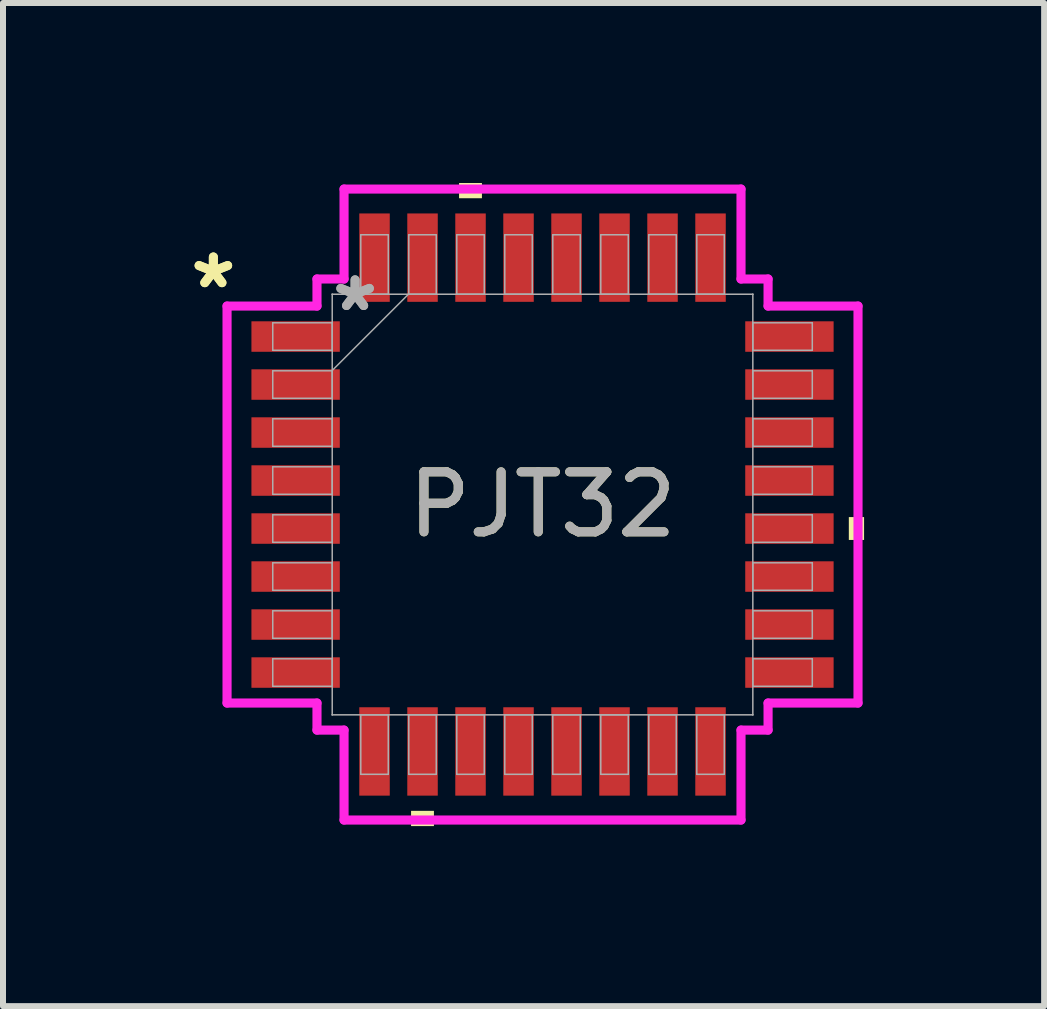
<source format=kicad_pcb>
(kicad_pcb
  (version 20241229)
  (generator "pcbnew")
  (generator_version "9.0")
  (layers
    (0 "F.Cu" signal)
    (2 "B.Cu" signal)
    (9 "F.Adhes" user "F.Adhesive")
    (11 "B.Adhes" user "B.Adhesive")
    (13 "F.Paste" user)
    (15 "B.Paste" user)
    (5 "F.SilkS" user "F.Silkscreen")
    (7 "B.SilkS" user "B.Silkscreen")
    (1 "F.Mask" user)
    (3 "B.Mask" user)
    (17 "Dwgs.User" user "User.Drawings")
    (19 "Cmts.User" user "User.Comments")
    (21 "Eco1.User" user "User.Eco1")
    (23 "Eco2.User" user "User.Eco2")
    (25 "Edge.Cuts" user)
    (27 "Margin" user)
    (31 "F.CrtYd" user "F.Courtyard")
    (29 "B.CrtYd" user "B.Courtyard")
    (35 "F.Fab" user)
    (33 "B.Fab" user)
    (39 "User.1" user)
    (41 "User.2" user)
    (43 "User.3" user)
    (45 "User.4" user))
  (footprint "PJT32"
    (layer "F.Cu")
    (at 5.992 5.359)
    (property "Reference" "PJT32" (at 0 0 0) (unlocked yes) (layer "F.SilkS") (effects (font (size 1 1) (thickness 0.15))))
    (attr smd)
    (fp_poly (pts (xy -2.191 5.105) (xy -2.191 5.359) (xy -1.81 5.359) (xy -1.81 5.105)) (stroke (width 0) (type solid)) (fill yes) (layer "F.SilkS"))
    (fp_poly (pts (xy -1.391 -5.105) (xy -1.391 -5.359) (xy -1.01 -5.359) (xy -1.01 -5.105)) (stroke (width 0) (type solid)) (fill yes) (layer "F.SilkS"))
    (fp_poly (pts (xy 5.359 0.209) (xy 5.359 0.59) (xy 5.105 0.59) (xy 5.105 0.209)) (stroke (width 0) (type solid)) (fill yes) (layer "F.SilkS"))
    (fp_line (start -5.258 -3.308) (end -3.759 -3.308) (stroke (width 0.152) (type solid)) (layer "F.CrtYd"))
    (fp_line (start -5.258 3.308) (end -5.258 -3.308) (stroke (width 0.152) (type solid)) (layer "F.CrtYd"))
    (fp_line (start -3.759 -3.759) (end -3.308 -3.759) (stroke (width 0.152) (type solid)) (layer "F.CrtYd"))
    (fp_line (start -3.759 -3.308) (end -3.759 -3.759) (stroke (width 0.152) (type solid)) (layer "F.CrtYd"))
    (fp_line (start -3.759 3.308) (end -5.258 3.308) (stroke (width 0.152) (type solid)) (layer "F.CrtYd"))
    (fp_line (start -3.759 3.759) (end -3.759 3.308) (stroke (width 0.152) (type solid)) (layer "F.CrtYd"))
    (fp_line (start -3.308 -5.258) (end 3.308 -5.258) (stroke (width 0.152) (type solid)) (layer "F.CrtYd"))
    (fp_line (start -3.308 -3.759) (end -3.308 -5.258) (stroke (width 0.152) (type solid)) (layer "F.CrtYd"))
    (fp_line (start -3.308 3.759) (end -3.759 3.759) (stroke (width 0.152) (type solid)) (layer "F.CrtYd"))
    (fp_line (start -3.308 5.258) (end -3.308 3.759) (stroke (width 0.152) (type solid)) (layer "F.CrtYd"))
    (fp_line (start 3.308 -5.258) (end 3.308 -3.759) (stroke (width 0.152) (type solid)) (layer "F.CrtYd"))
    (fp_line (start 3.308 -3.759) (end 3.759 -3.759) (stroke (width 0.152) (type solid)) (layer "F.CrtYd"))
    (fp_line (start 3.308 3.759) (end 3.308 5.258) (stroke (width 0.152) (type solid)) (layer "F.CrtYd"))
    (fp_line (start 3.308 5.258) (end -3.308 5.258) (stroke (width 0.152) (type solid)) (layer "F.CrtYd"))
    (fp_line (start 3.759 -3.308) (end 3.759 -3.759) (stroke (width 0.152) (type solid)) (layer "F.CrtYd"))
    (fp_line (start 3.759 3.308) (end 5.258 3.308) (stroke (width 0.152) (type solid)) (layer "F.CrtYd"))
    (fp_line (start 3.759 3.759) (end 3.308 3.759) (stroke (width 0.152) (type solid)) (layer "F.CrtYd"))
    (fp_line (start 3.759 3.759) (end 3.759 3.308) (stroke (width 0.152) (type solid)) (layer "F.CrtYd"))
    (fp_line (start 5.258 -3.308) (end 3.759 -3.308) (stroke (width 0.152) (type solid)) (layer "F.CrtYd"))
    (fp_line (start 5.258 3.308) (end 5.258 -3.308) (stroke (width 0.152) (type solid)) (layer "F.CrtYd"))
    (fp_line (start -4.496 -3.029) (end -4.496 -2.571) (stroke (width 0.025) (type solid)) (layer "F.Fab"))
    (fp_line (start -4.496 -2.571) (end -3.505 -2.571) (stroke (width 0.025) (type solid)) (layer "F.Fab"))
    (fp_line (start -4.496 -2.229) (end -4.496 -1.771) (stroke (width 0.025) (type solid)) (layer "F.Fab"))
    (fp_line (start -4.496 -1.771) (end -3.505 -1.771) (stroke (width 0.025) (type solid)) (layer "F.Fab"))
    (fp_line (start -4.496 -1.429) (end -4.496 -0.971) (stroke (width 0.025) (type solid)) (layer "F.Fab"))
    (fp_line (start -4.496 -0.971) (end -3.505 -0.971) (stroke (width 0.025) (type solid)) (layer "F.Fab"))
    (fp_line (start -4.496 -0.629) (end -4.496 -0.171) (stroke (width 0.025) (type solid)) (layer "F.Fab"))
    (fp_line (start -4.496 -0.171) (end -3.505 -0.171) (stroke (width 0.025) (type solid)) (layer "F.Fab"))
    (fp_line (start -4.496 0.171) (end -4.496 0.629) (stroke (width 0.025) (type solid)) (layer "F.Fab"))
    (fp_line (start -4.496 0.629) (end -3.505 0.629) (stroke (width 0.025) (type solid)) (layer "F.Fab"))
    (fp_line (start -4.496 0.971) (end -4.496 1.429) (stroke (width 0.025) (type solid)) (layer "F.Fab"))
    (fp_line (start -4.496 1.429) (end -3.505 1.429) (stroke (width 0.025) (type solid)) (layer "F.Fab"))
    (fp_line (start -4.496 1.771) (end -4.496 2.229) (stroke (width 0.025) (type solid)) (layer "F.Fab"))
    (fp_line (start -4.496 2.229) (end -3.505 2.229) (stroke (width 0.025) (type solid)) (layer "F.Fab"))
    (fp_line (start -4.496 2.571) (end -4.496 3.029) (stroke (width 0.025) (type solid)) (layer "F.Fab"))
    (fp_line (start -4.496 3.029) (end -3.505 3.029) (stroke (width 0.025) (type solid)) (layer "F.Fab"))
    (fp_line (start -3.505 -3.505) (end -3.505 -3.505) (stroke (width 0.025) (type solid)) (layer "F.Fab"))
    (fp_line (start -3.505 -3.505) (end -3.505 3.505) (stroke (width 0.025) (type solid)) (layer "F.Fab"))
    (fp_line (start -3.505 -3.029) (end -4.496 -3.029) (stroke (width 0.025) (type solid)) (layer "F.Fab"))
    (fp_line (start -3.505 -2.571) (end -3.505 -3.029) (stroke (width 0.025) (type solid)) (layer "F.Fab"))
    (fp_line (start -3.505 -2.235) (end -2.235 -3.505) (stroke (width 0.025) (type solid)) (layer "F.Fab"))
    (fp_line (start -3.505 -2.229) (end -4.496 -2.229) (stroke (width 0.025) (type solid)) (layer "F.Fab"))
    (fp_line (start -3.505 -1.771) (end -3.505 -2.229) (stroke (width 0.025) (type solid)) (layer "F.Fab"))
    (fp_line (start -3.505 -1.429) (end -4.496 -1.429) (stroke (width 0.025) (type solid)) (layer "F.Fab"))
    (fp_line (start -3.505 -0.971) (end -3.505 -1.429) (stroke (width 0.025) (type solid)) (layer "F.Fab"))
    (fp_line (start -3.505 -0.629) (end -4.496 -0.629) (stroke (width 0.025) (type solid)) (layer "F.Fab"))
    (fp_line (start -3.505 -0.171) (end -3.505 -0.629) (stroke (width 0.025) (type solid)) (layer "F.Fab"))
    (fp_line (start -3.505 0.171) (end -4.496 0.171) (stroke (width 0.025) (type solid)) (layer "F.Fab"))
    (fp_line (start -3.505 0.629) (end -3.505 0.171) (stroke (width 0.025) (type solid)) (layer "F.Fab"))
    (fp_line (start -3.505 0.971) (end -4.496 0.971) (stroke (width 0.025) (type solid)) (layer "F.Fab"))
    (fp_line (start -3.505 1.429) (end -3.505 0.971) (stroke (width 0.025) (type solid)) (layer "F.Fab"))
    (fp_line (start -3.505 1.771) (end -4.496 1.771) (stroke (width 0.025) (type solid)) (layer "F.Fab"))
    (fp_line (start -3.505 2.229) (end -3.505 1.771) (stroke (width 0.025) (type solid)) (layer "F.Fab"))
    (fp_line (start -3.505 2.571) (end -4.496 2.571) (stroke (width 0.025) (type solid)) (layer "F.Fab"))
    (fp_line (start -3.505 3.029) (end -3.505 2.571) (stroke (width 0.025) (type solid)) (layer "F.Fab"))
    (fp_line (start -3.505 3.505) (end -3.505 3.505) (stroke (width 0.025) (type solid)) (layer "F.Fab"))
    (fp_line (start -3.505 3.505) (end 3.505 3.505) (stroke (width 0.025) (type solid)) (layer "F.Fab"))
    (fp_line (start -3.029 -4.496) (end -3.029 -3.505) (stroke (width 0.025) (type solid)) (layer "F.Fab"))
    (fp_line (start -3.029 -3.505) (end -2.571 -3.505) (stroke (width 0.025) (type solid)) (layer "F.Fab"))
    (fp_line (start -3.029 3.505) (end -3.029 4.496) (stroke (width 0.025) (type solid)) (layer "F.Fab"))
    (fp_line (start -3.029 4.496) (end -2.571 4.496) (stroke (width 0.025) (type solid)) (layer "F.Fab"))
    (fp_line (start -2.571 -4.496) (end -3.029 -4.496) (stroke (width 0.025) (type solid)) (layer "F.Fab"))
    (fp_line (start -2.571 -3.505) (end -2.571 -4.496) (stroke (width 0.025) (type solid)) (layer "F.Fab"))
    (fp_line (start -2.571 3.505) (end -3.029 3.505) (stroke (width 0.025) (type solid)) (layer "F.Fab"))
    (fp_line (start -2.571 4.496) (end -2.571 3.505) (stroke (width 0.025) (type solid)) (layer "F.Fab"))
    (fp_line (start -2.229 -4.496) (end -2.229 -3.505) (stroke (width 0.025) (type solid)) (layer "F.Fab"))
    (fp_line (start -2.229 -3.505) (end -1.771 -3.505) (stroke (width 0.025) (type solid)) (layer "F.Fab"))
    (fp_line (start -2.229 3.505) (end -2.229 4.496) (stroke (width 0.025) (type solid)) (layer "F.Fab"))
    (fp_line (start -2.229 4.496) (end -1.771 4.496) (stroke (width 0.025) (type solid)) (layer "F.Fab"))
    (fp_line (start -1.771 -4.496) (end -2.229 -4.496) (stroke (width 0.025) (type solid)) (layer "F.Fab"))
    (fp_line (start -1.771 -3.505) (end -1.771 -4.496) (stroke (width 0.025) (type solid)) (layer "F.Fab"))
    (fp_line (start -1.771 3.505) (end -2.229 3.505) (stroke (width 0.025) (type solid)) (layer "F.Fab"))
    (fp_line (start -1.771 4.496) (end -1.771 3.505) (stroke (width 0.025) (type solid)) (layer "F.Fab"))
    (fp_line (start -1.429 -4.496) (end -1.429 -3.505) (stroke (width 0.025) (type solid)) (layer "F.Fab"))
    (fp_line (start -1.429 -3.505) (end -0.971 -3.505) (stroke (width 0.025) (type solid)) (layer "F.Fab"))
    (fp_line (start -1.429 3.505) (end -1.429 4.496) (stroke (width 0.025) (type solid)) (layer "F.Fab"))
    (fp_line (start -1.429 4.496) (end -0.971 4.496) (stroke (width 0.025) (type solid)) (layer "F.Fab"))
    (fp_line (start -0.971 -4.496) (end -1.429 -4.496) (stroke (width 0.025) (type solid)) (layer "F.Fab"))
    (fp_line (start -0.971 -3.505) (end -0.971 -4.496) (stroke (width 0.025) (type solid)) (layer "F.Fab"))
    (fp_line (start -0.971 3.505) (end -1.429 3.505) (stroke (width 0.025) (type solid)) (layer "F.Fab"))
    (fp_line (start -0.971 4.496) (end -0.971 3.505) (stroke (width 0.025) (type solid)) (layer "F.Fab"))
    (fp_line (start -0.629 -4.496) (end -0.629 -3.505) (stroke (width 0.025) (type solid)) (layer "F.Fab"))
    (fp_line (start -0.629 -3.505) (end -0.171 -3.505) (stroke (width 0.025) (type solid)) (layer "F.Fab"))
    (fp_line (start -0.629 3.505) (end -0.629 4.496) (stroke (width 0.025) (type solid)) (layer "F.Fab"))
    (fp_line (start -0.629 4.496) (end -0.171 4.496) (stroke (width 0.025) (type solid)) (layer "F.Fab"))
    (fp_line (start -0.171 -4.496) (end -0.629 -4.496) (stroke (width 0.025) (type solid)) (layer "F.Fab"))
    (fp_line (start -0.171 -3.505) (end -0.171 -4.496) (stroke (width 0.025) (type solid)) (layer "F.Fab"))
    (fp_line (start -0.171 3.505) (end -0.629 3.505) (stroke (width 0.025) (type solid)) (layer "F.Fab"))
    (fp_line (start -0.171 4.496) (end -0.171 3.505) (stroke (width 0.025) (type solid)) (layer "F.Fab"))
    (fp_line (start 0.171 -4.496) (end 0.171 -3.505) (stroke (width 0.025) (type solid)) (layer "F.Fab"))
    (fp_line (start 0.171 -3.505) (end 0.629 -3.505) (stroke (width 0.025) (type solid)) (layer "F.Fab"))
    (fp_line (start 0.171 3.505) (end 0.171 4.496) (stroke (width 0.025) (type solid)) (layer "F.Fab"))
    (fp_line (start 0.171 4.496) (end 0.629 4.496) (stroke (width 0.025) (type solid)) (layer "F.Fab"))
    (fp_line (start 0.629 -4.496) (end 0.171 -4.496) (stroke (width 0.025) (type solid)) (layer "F.Fab"))
    (fp_line (start 0.629 -3.505) (end 0.629 -4.496) (stroke (width 0.025) (type solid)) (layer "F.Fab"))
    (fp_line (start 0.629 3.505) (end 0.171 3.505) (stroke (width 0.025) (type solid)) (layer "F.Fab"))
    (fp_line (start 0.629 4.496) (end 0.629 3.505) (stroke (width 0.025) (type solid)) (layer "F.Fab"))
    (fp_line (start 0.971 -4.496) (end 0.971 -3.505) (stroke (width 0.025) (type solid)) (layer "F.Fab"))
    (fp_line (start 0.971 -3.505) (end 1.429 -3.505) (stroke (width 0.025) (type solid)) (layer "F.Fab"))
    (fp_line (start 0.971 3.505) (end 0.971 4.496) (stroke (width 0.025) (type solid)) (layer "F.Fab"))
    (fp_line (start 0.971 4.496) (end 1.429 4.496) (stroke (width 0.025) (type solid)) (layer "F.Fab"))
    (fp_line (start 1.429 -4.496) (end 0.971 -4.496) (stroke (width 0.025) (type solid)) (layer "F.Fab"))
    (fp_line (start 1.429 -3.505) (end 1.429 -4.496) (stroke (width 0.025) (type solid)) (layer "F.Fab"))
    (fp_line (start 1.429 3.505) (end 0.971 3.505) (stroke (width 0.025) (type solid)) (layer "F.Fab"))
    (fp_line (start 1.429 4.496) (end 1.429 3.505) (stroke (width 0.025) (type solid)) (layer "F.Fab"))
    (fp_line (start 1.771 -4.496) (end 1.771 -3.505) (stroke (width 0.025) (type solid)) (layer "F.Fab"))
    (fp_line (start 1.771 -3.505) (end 2.229 -3.505) (stroke (width 0.025) (type solid)) (layer "F.Fab"))
    (fp_line (start 1.771 3.505) (end 1.771 4.496) (stroke (width 0.025) (type solid)) (layer "F.Fab"))
    (fp_line (start 1.771 4.496) (end 2.229 4.496) (stroke (width 0.025) (type solid)) (layer "F.Fab"))
    (fp_line (start 2.229 -4.496) (end 1.771 -4.496) (stroke (width 0.025) (type solid)) (layer "F.Fab"))
    (fp_line (start 2.229 -3.505) (end 2.229 -4.496) (stroke (width 0.025) (type solid)) (layer "F.Fab"))
    (fp_line (start 2.229 3.505) (end 1.771 3.505) (stroke (width 0.025) (type solid)) (layer "F.Fab"))
    (fp_line (start 2.229 4.496) (end 2.229 3.505) (stroke (width 0.025) (type solid)) (layer "F.Fab"))
    (fp_line (start 2.571 -4.496) (end 2.571 -3.505) (stroke (width 0.025) (type solid)) (layer "F.Fab"))
    (fp_line (start 2.571 -3.505) (end 3.029 -3.505) (stroke (width 0.025) (type solid)) (layer "F.Fab"))
    (fp_line (start 2.571 3.505) (end 2.571 4.496) (stroke (width 0.025) (type solid)) (layer "F.Fab"))
    (fp_line (start 2.571 4.496) (end 3.029 4.496) (stroke (width 0.025) (type solid)) (layer "F.Fab"))
    (fp_line (start 3.029 -4.496) (end 2.571 -4.496) (stroke (width 0.025) (type solid)) (layer "F.Fab"))
    (fp_line (start 3.029 -3.505) (end 3.029 -4.496) (stroke (width 0.025) (type solid)) (layer "F.Fab"))
    (fp_line (start 3.029 3.505) (end 2.571 3.505) (stroke (width 0.025) (type solid)) (layer "F.Fab"))
    (fp_line (start 3.029 4.496) (end 3.029 3.505) (stroke (width 0.025) (type solid)) (layer "F.Fab"))
    (fp_line (start 3.505 -3.505) (end -3.505 -3.505) (stroke (width 0.025) (type solid)) (layer "F.Fab"))
    (fp_line (start 3.505 -3.505) (end 3.505 -3.505) (stroke (width 0.025) (type solid)) (layer "F.Fab"))
    (fp_line (start 3.505 -3.029) (end 3.505 -2.571) (stroke (width 0.025) (type solid)) (layer "F.Fab"))
    (fp_line (start 3.505 -2.571) (end 4.496 -2.571) (stroke (width 0.025) (type solid)) (layer "F.Fab"))
    (fp_line (start 3.505 -2.229) (end 3.505 -1.771) (stroke (width 0.025) (type solid)) (layer "F.Fab"))
    (fp_line (start 3.505 -1.771) (end 4.496 -1.771) (stroke (width 0.025) (type solid)) (layer "F.Fab"))
    (fp_line (start 3.505 -1.429) (end 3.505 -0.971) (stroke (width 0.025) (type solid)) (layer "F.Fab"))
    (fp_line (start 3.505 -0.971) (end 4.496 -0.971) (stroke (width 0.025) (type solid)) (layer "F.Fab"))
    (fp_line (start 3.505 -0.629) (end 3.505 -0.171) (stroke (width 0.025) (type solid)) (layer "F.Fab"))
    (fp_line (start 3.505 -0.171) (end 4.496 -0.171) (stroke (width 0.025) (type solid)) (layer "F.Fab"))
    (fp_line (start 3.505 0.171) (end 3.505 0.629) (stroke (width 0.025) (type solid)) (layer "F.Fab"))
    (fp_line (start 3.505 0.629) (end 4.496 0.629) (stroke (width 0.025) (type solid)) (layer "F.Fab"))
    (fp_line (start 3.505 0.971) (end 3.505 1.429) (stroke (width 0.025) (type solid)) (layer "F.Fab"))
    (fp_line (start 3.505 1.429) (end 4.496 1.429) (stroke (width 0.025) (type solid)) (layer "F.Fab"))
    (fp_line (start 3.505 1.771) (end 3.505 2.229) (stroke (width 0.025) (type solid)) (layer "F.Fab"))
    (fp_line (start 3.505 2.229) (end 4.496 2.229) (stroke (width 0.025) (type solid)) (layer "F.Fab"))
    (fp_line (start 3.505 2.571) (end 3.505 3.029) (stroke (width 0.025) (type solid)) (layer "F.Fab"))
    (fp_line (start 3.505 3.029) (end 4.496 3.029) (stroke (width 0.025) (type solid)) (layer "F.Fab"))
    (fp_line (start 3.505 3.505) (end 3.505 -3.505) (stroke (width 0.025) (type solid)) (layer "F.Fab"))
    (fp_line (start 3.505 3.505) (end 3.505 3.505) (stroke (width 0.025) (type solid)) (layer "F.Fab"))
    (fp_line (start 4.496 -3.029) (end 3.505 -3.029) (stroke (width 0.025) (type solid)) (layer "F.Fab"))
    (fp_line (start 4.496 -2.571) (end 4.496 -3.029) (stroke (width 0.025) (type solid)) (layer "F.Fab"))
    (fp_line (start 4.496 -2.229) (end 3.505 -2.229) (stroke (width 0.025) (type solid)) (layer "F.Fab"))
    (fp_line (start 4.496 -1.771) (end 4.496 -2.229) (stroke (width 0.025) (type solid)) (layer "F.Fab"))
    (fp_line (start 4.496 -1.429) (end 3.505 -1.429) (stroke (width 0.025) (type solid)) (layer "F.Fab"))
    (fp_line (start 4.496 -0.971) (end 4.496 -1.429) (stroke (width 0.025) (type solid)) (layer "F.Fab"))
    (fp_line (start 4.496 -0.629) (end 3.505 -0.629) (stroke (width 0.025) (type solid)) (layer "F.Fab"))
    (fp_line (start 4.496 -0.171) (end 4.496 -0.629) (stroke (width 0.025) (type solid)) (layer "F.Fab"))
    (fp_line (start 4.496 0.171) (end 3.505 0.171) (stroke (width 0.025) (type solid)) (layer "F.Fab"))
    (fp_line (start 4.496 0.629) (end 4.496 0.171) (stroke (width 0.025) (type solid)) (layer "F.Fab"))
    (fp_line (start 4.496 0.971) (end 3.505 0.971) (stroke (width 0.025) (type solid)) (layer "F.Fab"))
    (fp_line (start 4.496 1.429) (end 4.496 0.971) (stroke (width 0.025) (type solid)) (layer "F.Fab"))
    (fp_line (start 4.496 1.771) (end 3.505 1.771) (stroke (width 0.025) (type solid)) (layer "F.Fab"))
    (fp_line (start 4.496 2.229) (end 4.496 1.771) (stroke (width 0.025) (type solid)) (layer "F.Fab"))
    (fp_line (start 4.496 2.571) (end 3.505 2.571) (stroke (width 0.025) (type solid)) (layer "F.Fab"))
    (fp_line (start 4.496 3.029) (end 4.496 2.571) (stroke (width 0.025) (type solid)) (layer "F.Fab"))
    (fp_text user "*" (at -5.486 -3.581 0) (layer "F.SilkS") (effects (font (size 1 1) (thickness 0.15))))
    (fp_text user "*" (at -5.486 -3.581 0) (unlocked yes) (layer "F.SilkS") (effects (font (size 1 1) (thickness 0.15))))
    (fp_text user "*" (at -3.124 -3.2 0) (unlocked yes) (layer "F.Fab") (effects (font (size 1 1) (thickness 0.15))))
    (fp_text user "${REFERENCE}" (at 0 0 0) (unlocked yes) (layer "F.Fab") (effects (font (size 1 1) (thickness 0.15))))
    (fp_text user "*" (at -3.124 -3.2 0) (layer "F.Fab") (effects (font (size 1 1) (thickness 0.15))))
    (pad "1" smd rect (at -4.115 -2.8 90) (size 0.508 1.473) (layers "F.Cu" "F.Mask" "F.Paste"))
    (pad "2" smd rect (at -4.115 -2 90) (size 0.508 1.473) (layers "F.Cu" "F.Mask" "F.Paste"))
    (pad "3" smd rect (at -4.115 -1.2 90) (size 0.508 1.473) (layers "F.Cu" "F.Mask" "F.Paste"))
    (pad "4" smd rect (at -4.115 -0.4 90) (size 0.508 1.473) (layers "F.Cu" "F.Mask" "F.Paste"))
    (pad "5" smd rect (at -4.115 0.4 90) (size 0.508 1.473) (layers "F.Cu" "F.Mask" "F.Paste"))
    (pad "6" smd rect (at -4.115 1.2 90) (size 0.508 1.473) (layers "F.Cu" "F.Mask" "F.Paste"))
    (pad "7" smd rect (at -4.115 2 90) (size 0.508 1.473) (layers "F.Cu" "F.Mask" "F.Paste"))
    (pad "8" smd rect (at -4.115 2.8 90) (size 0.508 1.473) (layers "F.Cu" "F.Mask" "F.Paste"))
    (pad "9" smd rect (at -2.8 4.115) (size 0.508 1.473) (layers "F.Cu" "F.Mask" "F.Paste"))
    (pad "10" smd rect (at -2 4.115) (size 0.508 1.473) (layers "F.Cu" "F.Mask" "F.Paste"))
    (pad "11" smd rect (at -1.2 4.115) (size 0.508 1.473) (layers "F.Cu" "F.Mask" "F.Paste"))
    (pad "12" smd rect (at -0.4 4.115) (size 0.508 1.473) (layers "F.Cu" "F.Mask" "F.Paste"))
    (pad "13" smd rect (at 0.4 4.115) (size 0.508 1.473) (layers "F.Cu" "F.Mask" "F.Paste"))
    (pad "14" smd rect (at 1.2 4.115) (size 0.508 1.473) (layers "F.Cu" "F.Mask" "F.Paste"))
    (pad "15" smd rect (at 2 4.115) (size 0.508 1.473) (layers "F.Cu" "F.Mask" "F.Paste"))
    (pad "16" smd rect (at 2.8 4.115) (size 0.508 1.473) (layers "F.Cu" "F.Mask" "F.Paste"))
    (pad "17" smd rect (at 4.115 2.8 90) (size 0.508 1.473) (layers "F.Cu" "F.Mask" "F.Paste"))
    (pad "18" smd rect (at 4.115 2 90) (size 0.508 1.473) (layers "F.Cu" "F.Mask" "F.Paste"))
    (pad "19" smd rect (at 4.115 1.2 90) (size 0.508 1.473) (layers "F.Cu" "F.Mask" "F.Paste"))
    (pad "20" smd rect (at 4.115 0.4 90) (size 0.508 1.473) (layers "F.Cu" "F.Mask" "F.Paste"))
    (pad "21" smd rect (at 4.115 -0.4 90) (size 0.508 1.473) (layers "F.Cu" "F.Mask" "F.Paste"))
    (pad "22" smd rect (at 4.115 -1.2 90) (size 0.508 1.473) (layers "F.Cu" "F.Mask" "F.Paste"))
    (pad "23" smd rect (at 4.115 -2 90) (size 0.508 1.473) (layers "F.Cu" "F.Mask" "F.Paste"))
    (pad "24" smd rect (at 4.115 -2.8 90) (size 0.508 1.473) (layers "F.Cu" "F.Mask" "F.Paste"))
    (pad "25" smd rect (at 2.8 -4.115) (size 0.508 1.473) (layers "F.Cu" "F.Mask" "F.Paste"))
    (pad "26" smd rect (at 2 -4.115) (size 0.508 1.473) (layers "F.Cu" "F.Mask" "F.Paste"))
    (pad "27" smd rect (at 1.2 -4.115) (size 0.508 1.473) (layers "F.Cu" "F.Mask" "F.Paste"))
    (pad "28" smd rect (at 0.4 -4.115) (size 0.508 1.473) (layers "F.Cu" "F.Mask" "F.Paste"))
    (pad "29" smd rect (at -0.4 -4.115) (size 0.508 1.473) (layers "F.Cu" "F.Mask" "F.Paste"))
    (pad "30" smd rect (at -1.2 -4.115) (size 0.508 1.473) (layers "F.Cu" "F.Mask" "F.Paste"))
    (pad "31" smd rect (at -2 -4.115) (size 0.508 1.473) (layers "F.Cu" "F.Mask" "F.Paste"))
    (pad "32" smd rect (at -2.8 -4.115) (size 0.508 1.473) (layers "F.Cu" "F.Mask" "F.Paste")))
  (gr_rect
    (start -3 -3)
    (end 14.352 13.719)
    (stroke (width 0.1) (type default))
    (fill no)
    (layer "Edge.Cuts")))
</source>
